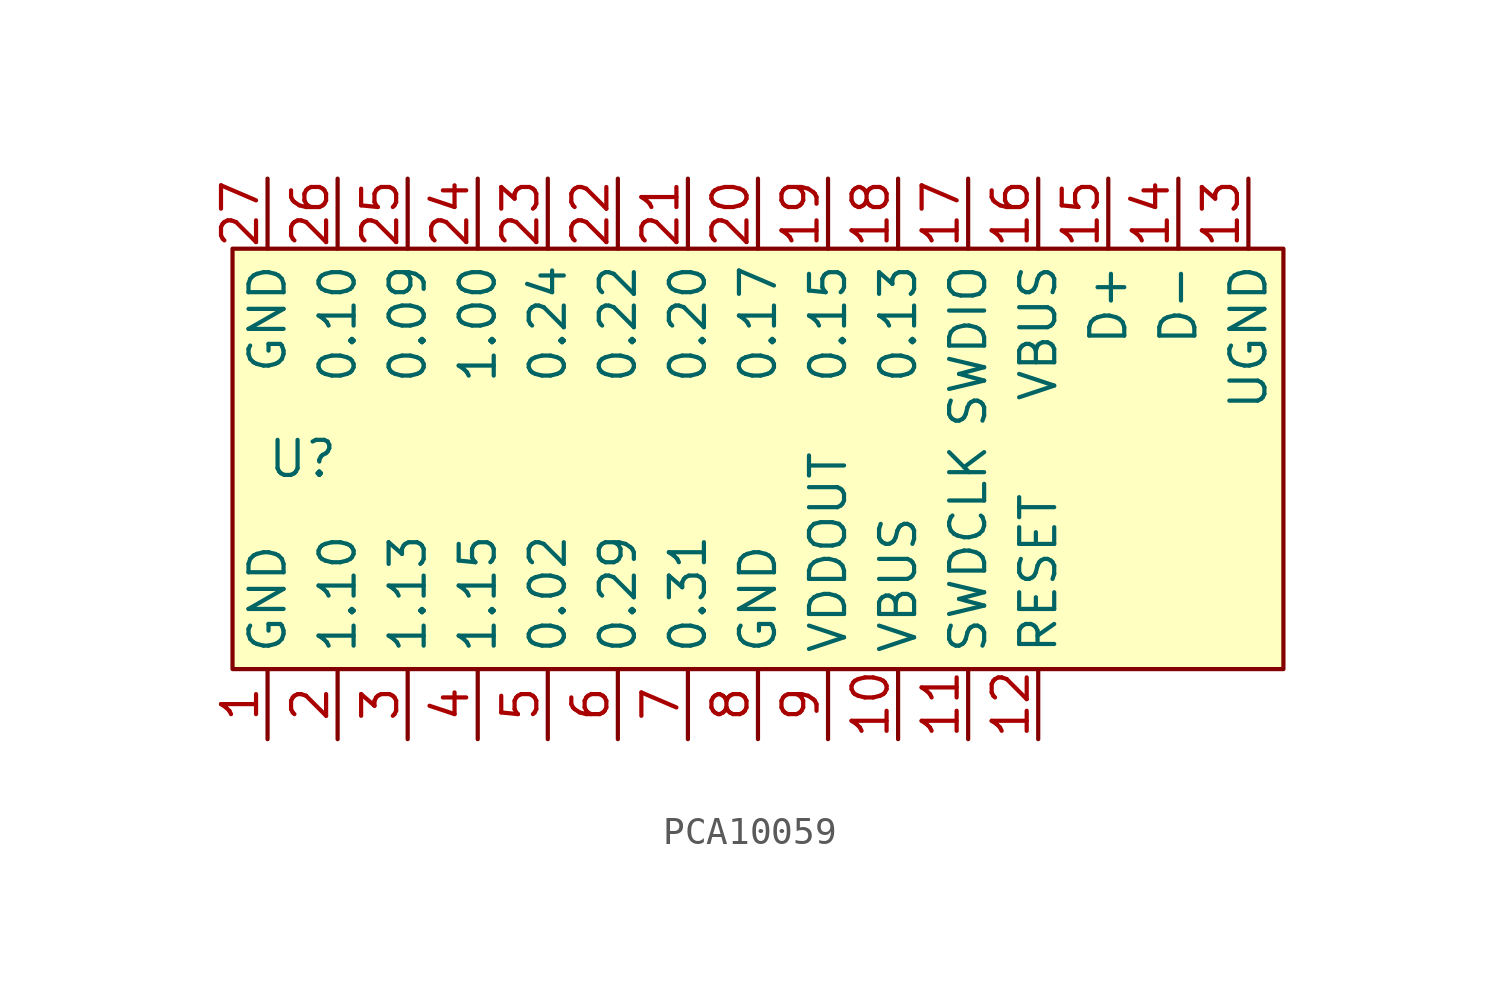
<source format=kicad_sym>
(kicad_symbol_lib
  (version 20220914)
  (generator kicad_symbol_editor)
  (symbol "PCA10059"
    (property "Reference" "U"
      (at -16.51 0 0)
      (effects (font (size 1.27 1.27))))
    (property "Value" ""
      (at -5.08 -1.27 0)
      (effects (font (size 1.27 1.27))))
    (symbol "PCA10059_1_1"
      (rectangle (start -19.05 7.62) (end 19.05 -7.62) (stroke (width 0) (type default)) (fill (type background)))
      (pin power_in line (at -17.78 -10.16 90) (length 2.54) (name "GND" (effects (font (size 1.27 1.27)))) (number "1" (effects (font (size 1.27 1.27)))))
      (pin power_in line (at 5.08 -10.16 90) (length 2.54) (name "VBUS" (effects (font (size 1.27 1.27)))) (number "10" (effects (font (size 1.27 1.27)))))
      (pin bidirectional line (at 7.62 -10.16 90) (length 2.54) (name "SWDCLK" (effects (font (size 1.27 1.27)))) (number "11" (effects (font (size 1.27 1.27)))))
      (pin input line (at 10.16 -10.16 90) (length 2.54) (name "RESET" (effects (font (size 1.27 1.27)))) (number "12" (effects (font (size 1.27 1.27)))))
      (pin power_in line (at 17.78 10.16 270) (length 2.54) (name "UGND" (effects (font (size 1.27 1.27)))) (number "13" (effects (font (size 1.27 1.27)))))
      (pin bidirectional line (at 15.24 10.16 270) (length 2.54) (name "D-" (effects (font (size 1.27 1.27)))) (number "14" (effects (font (size 1.27 1.27)))))
      (pin bidirectional line (at 12.7 10.16 270) (length 2.54) (name "D+" (effects (font (size 1.27 1.27)))) (number "15" (effects (font (size 1.27 1.27)))))
      (pin power_in line (at 10.16 10.16 270) (length 2.54) (name "VBUS" (effects (font (size 1.27 1.27)))) (number "16" (effects (font (size 1.27 1.27)))))
      (pin bidirectional line (at 7.62 10.16 270) (length 2.54) (name "SWDIO" (effects (font (size 1.27 1.27)))) (number "17" (effects (font (size 1.27 1.27)))))
      (pin bidirectional line (at 5.08 10.16 270) (length 2.54) (name "0.13" (effects (font (size 1.27 1.27)))) (number "18" (effects (font (size 1.27 1.27)))))
      (pin bidirectional line (at 2.54 10.16 270) (length 2.54) (name "0.15" (effects (font (size 1.27 1.27)))) (number "19" (effects (font (size 1.27 1.27)))))
      (pin bidirectional line (at -15.24 -10.16 90) (length 2.54) (name "1.10" (effects (font (size 1.27 1.27)))) (number "2" (effects (font (size 1.27 1.27)))))
      (pin bidirectional line (at 0 10.16 270) (length 2.54) (name "0.17" (effects (font (size 1.27 1.27)))) (number "20" (effects (font (size 1.27 1.27)))))
      (pin bidirectional line (at -2.54 10.16 270) (length 2.54) (name "0.20" (effects (font (size 1.27 1.27)))) (number "21" (effects (font (size 1.27 1.27)))))
      (pin bidirectional line (at -5.08 10.16 270) (length 2.54) (name "0.22" (effects (font (size 1.27 1.27)))) (number "22" (effects (font (size 1.27 1.27)))))
      (pin bidirectional line (at -7.62 10.16 270) (length 2.54) (name "0.24" (effects (font (size 1.27 1.27)))) (number "23" (effects (font (size 1.27 1.27)))))
      (pin bidirectional line (at -10.16 10.16 270) (length 2.54) (name "1.00" (effects (font (size 1.27 1.27)))) (number "24" (effects (font (size 1.27 1.27)))))
      (pin bidirectional line (at -12.7 10.16 270) (length 2.54) (name "0.09" (effects (font (size 1.27 1.27)))) (number "25" (effects (font (size 1.27 1.27)))))
      (pin bidirectional line (at -15.24 10.16 270) (length 2.54) (name "0.10" (effects (font (size 1.27 1.27)))) (number "26" (effects (font (size 1.27 1.27)))))
      (pin power_in line (at -17.78 10.16 270) (length 2.54) (name "GND" (effects (font (size 1.27 1.27)))) (number "27" (effects (font (size 1.27 1.27)))))
      (pin bidirectional line (at -12.7 -10.16 90) (length 2.54) (name "1.13" (effects (font (size 1.27 1.27)))) (number "3" (effects (font (size 1.27 1.27)))))
      (pin bidirectional line (at -10.16 -10.16 90) (length 2.54) (name "1.15" (effects (font (size 1.27 1.27)))) (number "4" (effects (font (size 1.27 1.27)))))
      (pin bidirectional line (at -7.62 -10.16 90) (length 2.54) (name "0.02" (effects (font (size 1.27 1.27)))) (number "5" (effects (font (size 1.27 1.27)))))
      (pin bidirectional line (at -5.08 -10.16 90) (length 2.54) (name "0.29" (effects (font (size 1.27 1.27)))) (number "6" (effects (font (size 1.27 1.27)))))
      (pin bidirectional line (at -2.54 -10.16 90) (length 2.54) (name "0.31" (effects (font (size 1.27 1.27)))) (number "7" (effects (font (size 1.27 1.27)))))
      (pin power_in line (at 0 -10.16 90) (length 2.54) (name "GND" (effects (font (size 1.27 1.27)))) (number "8" (effects (font (size 1.27 1.27)))))
      (pin power_in line (at 2.54 -10.16 90) (length 2.54) (name "VDDOUT" (effects (font (size 1.27 1.27)))) (number "9" (effects (font (size 1.27 1.27))))))))
</source>
